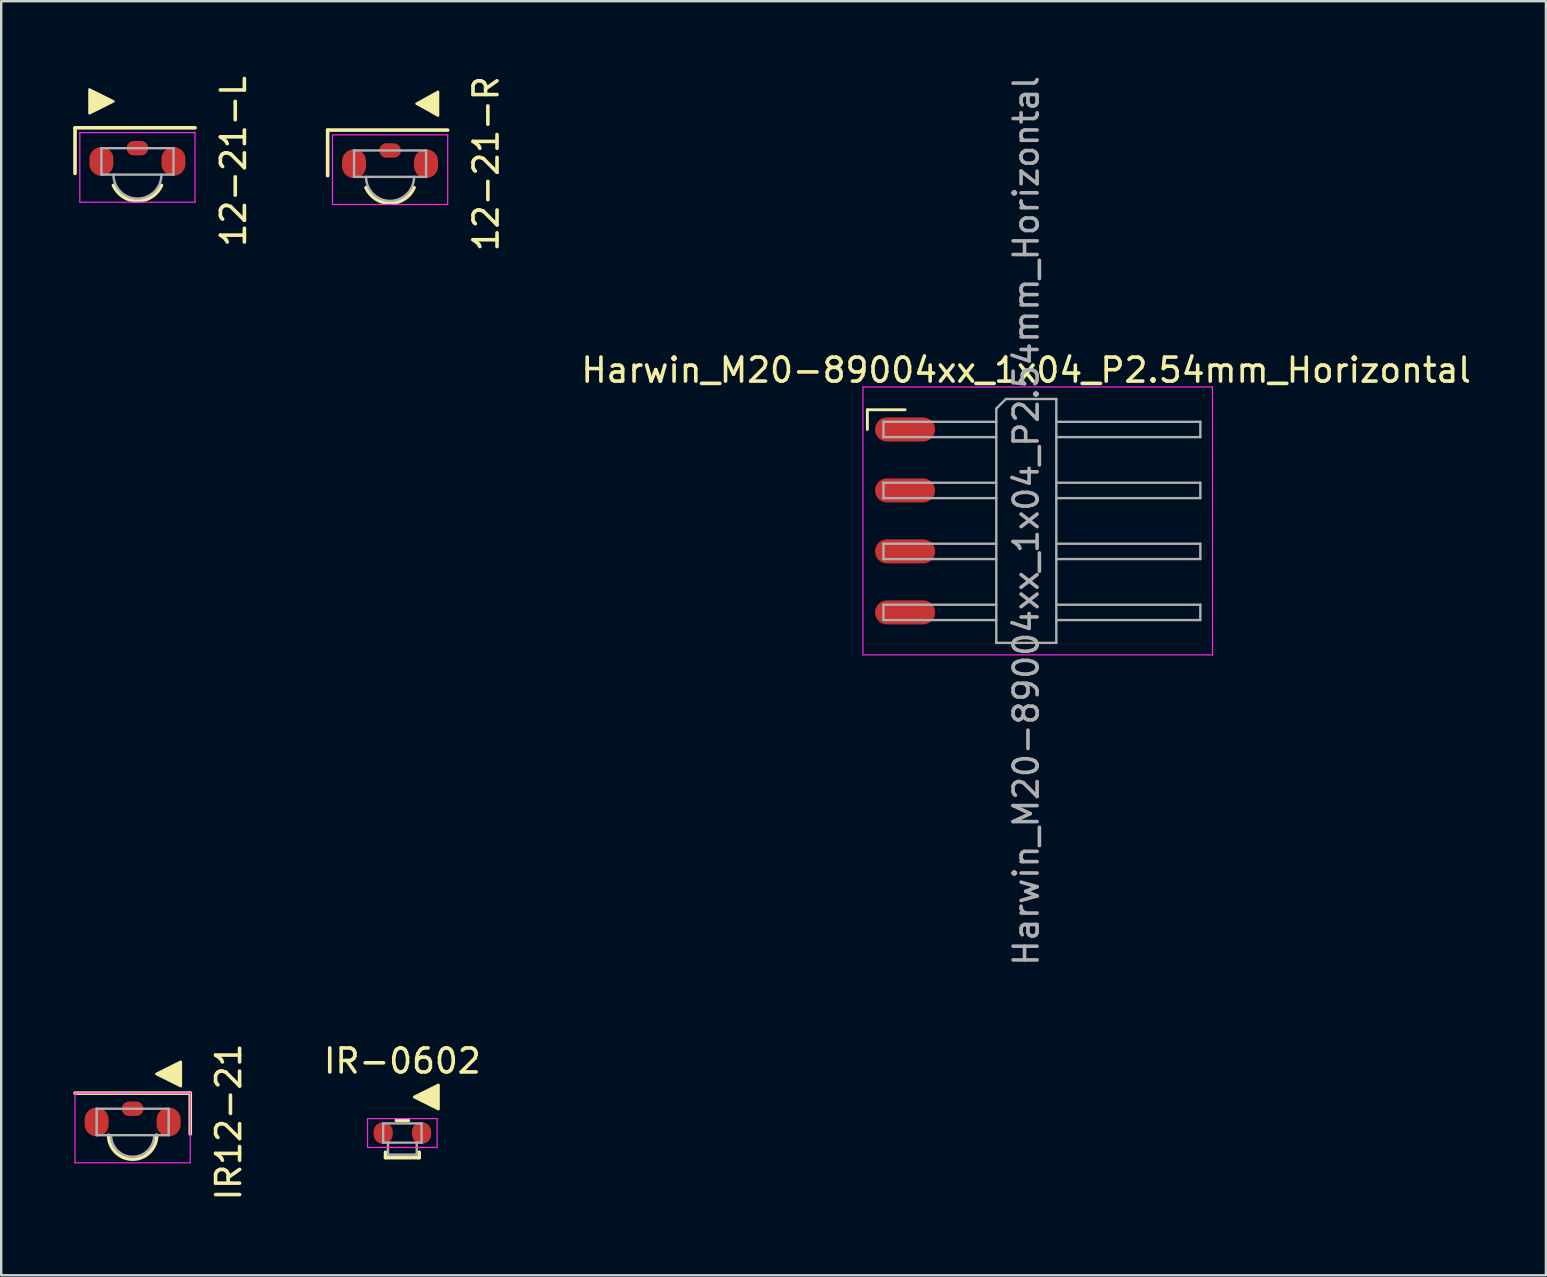
<source format=kicad_pcb>
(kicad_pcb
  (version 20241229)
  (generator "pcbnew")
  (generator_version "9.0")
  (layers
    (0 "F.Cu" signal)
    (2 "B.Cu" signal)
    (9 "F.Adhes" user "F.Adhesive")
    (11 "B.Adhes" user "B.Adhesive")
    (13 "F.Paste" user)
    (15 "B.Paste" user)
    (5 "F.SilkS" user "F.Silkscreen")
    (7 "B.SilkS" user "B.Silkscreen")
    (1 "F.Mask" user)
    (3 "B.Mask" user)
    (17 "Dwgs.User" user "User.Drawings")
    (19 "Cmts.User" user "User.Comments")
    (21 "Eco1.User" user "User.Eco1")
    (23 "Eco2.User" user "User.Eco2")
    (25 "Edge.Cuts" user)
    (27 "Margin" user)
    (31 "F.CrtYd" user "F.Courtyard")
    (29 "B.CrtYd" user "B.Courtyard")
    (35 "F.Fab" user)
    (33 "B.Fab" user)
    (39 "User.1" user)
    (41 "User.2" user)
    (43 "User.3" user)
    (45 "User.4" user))
  (footprint "Harwin_M20-89004xx_1x04_P2.54mm_Horizontal"
    (layer "F.Cu")
    (at 40.175 18.649)
    (property "Reference" "Harwin_M20-89004xx_1x04_P2.54mm_Horizontal" (at -0.48 -6.28 0) (layer "F.SilkS") (effects (font (size 1 1) (thickness 0.15))))
    (attr smd)
    (fp_line (start -7.095 -4.63) (end -5.525 -4.63) (stroke (width 0.12) (type solid)) (layer "F.SilkS"))
    (fp_line (start -7.095 -3.81) (end -7.095 -4.63) (stroke (width 0.12) (type solid)) (layer "F.SilkS"))
    (fp_line (start -7.28 -5.58) (end 7.28 -5.58) (stroke (width 0.05) (type solid)) (layer "F.CrtYd"))
    (fp_line (start -7.28 5.58) (end -7.28 -5.58) (stroke (width 0.05) (type solid)) (layer "F.CrtYd"))
    (fp_line (start 7.28 -5.58) (end 7.28 5.58) (stroke (width 0.05) (type solid)) (layer "F.CrtYd"))
    (fp_line (start 7.28 5.58) (end -7.28 5.58) (stroke (width 0.05) (type solid)) (layer "F.CrtYd"))
    (fp_line (start -6.425 -4.13) (end -6.425 -3.49) (stroke (width 0.1) (type solid)) (layer "F.Fab"))
    (fp_line (start -6.425 -3.49) (end -1.725 -3.49) (stroke (width 0.1) (type solid)) (layer "F.Fab"))
    (fp_line (start -6.425 -1.59) (end -6.425 -0.95) (stroke (width 0.1) (type solid)) (layer "F.Fab"))
    (fp_line (start -6.425 -0.95) (end -1.725 -0.95) (stroke (width 0.1) (type solid)) (layer "F.Fab"))
    (fp_line (start -6.425 0.95) (end -6.425 1.59) (stroke (width 0.1) (type solid)) (layer "F.Fab"))
    (fp_line (start -6.425 1.59) (end -1.725 1.59) (stroke (width 0.1) (type solid)) (layer "F.Fab"))
    (fp_line (start -6.425 3.49) (end -6.425 4.13) (stroke (width 0.1) (type solid)) (layer "F.Fab"))
    (fp_line (start -6.425 4.13) (end -1.725 4.13) (stroke (width 0.1) (type solid)) (layer "F.Fab"))
    (fp_line (start -1.725 -4.68) (end -1.325 -5.08) (stroke (width 0.1) (type solid)) (layer "F.Fab"))
    (fp_line (start -1.725 -4.13) (end -6.425 -4.13) (stroke (width 0.1) (type solid)) (layer "F.Fab"))
    (fp_line (start -1.725 -1.59) (end -6.425 -1.59) (stroke (width 0.1) (type solid)) (layer "F.Fab"))
    (fp_line (start -1.725 0.95) (end -6.425 0.95) (stroke (width 0.1) (type solid)) (layer "F.Fab"))
    (fp_line (start -1.725 3.49) (end -6.425 3.49) (stroke (width 0.1) (type solid)) (layer "F.Fab"))
    (fp_line (start -1.725 5.08) (end -1.725 -4.68) (stroke (width 0.1) (type solid)) (layer "F.Fab"))
    (fp_line (start -1.325 -5.08) (end 0.775 -5.08) (stroke (width 0.1) (type solid)) (layer "F.Fab"))
    (fp_line (start 0.775 -5.08) (end 0.775 5.08) (stroke (width 0.1) (type solid)) (layer "F.Fab"))
    (fp_line (start 0.775 -4.13) (end 6.775 -4.13) (stroke (width 0.1) (type solid)) (layer "F.Fab"))
    (fp_line (start 0.775 -1.59) (end 6.775 -1.59) (stroke (width 0.1) (type solid)) (layer "F.Fab"))
    (fp_line (start 0.775 0.95) (end 6.775 0.95) (stroke (width 0.1) (type solid)) (layer "F.Fab"))
    (fp_line (start 0.775 3.49) (end 6.775 3.49) (stroke (width 0.1) (type solid)) (layer "F.Fab"))
    (fp_line (start 0.775 5.08) (end -1.725 5.08) (stroke (width 0.1) (type solid)) (layer "F.Fab"))
    (fp_line (start 6.775 -4.13) (end 6.775 -3.49) (stroke (width 0.1) (type solid)) (layer "F.Fab"))
    (fp_line (start 6.775 -3.49) (end 0.775 -3.49) (stroke (width 0.1) (type solid)) (layer "F.Fab"))
    (fp_line (start 6.775 -1.59) (end 6.775 -0.95) (stroke (width 0.1) (type solid)) (layer "F.Fab"))
    (fp_line (start 6.775 -0.95) (end 0.775 -0.95) (stroke (width 0.1) (type solid)) (layer "F.Fab"))
    (fp_line (start 6.775 0.95) (end 6.775 1.59) (stroke (width 0.1) (type solid)) (layer "F.Fab"))
    (fp_line (start 6.775 1.59) (end 0.775 1.59) (stroke (width 0.1) (type solid)) (layer "F.Fab"))
    (fp_line (start 6.775 3.49) (end 6.775 4.13) (stroke (width 0.1) (type solid)) (layer "F.Fab"))
    (fp_line (start 6.775 4.13) (end 0.775 4.13) (stroke (width 0.1) (type solid)) (layer "F.Fab"))
    (fp_text user "${REFERENCE}" (at -0.48 0 90) (layer "F.Fab") (effects (font (size 1 1) (thickness 0.15))))
    (pad "1" smd oval (at -5.525 -3.81) (size 2.5 1) (layers "F.Cu" "F.Mask" "F.Paste"))
    (pad "2" smd oval (at -5.525 -1.27) (size 2.5 1) (layers "F.Cu" "F.Mask" "F.Paste"))
    (pad "3" smd oval (at -5.525 1.27) (size 2.5 1) (layers "F.Cu" "F.Mask" "F.Paste"))
    (pad "4" smd oval (at -5.525 3.81) (size 2.5 1) (layers "F.Cu" "F.Mask" "F.Paste")))
  (footprint "IR-0602"
    (layer "F.Cu")
    (at 13.71 44.146)
    (property "Reference" "IR-0602" (at 0 -3 180) (layer "F.SilkS") (effects (font (size 1 1) (thickness 0.15))))
    (attr smd)
    (fp_line (start -0.7 1.025) (end -0.7 0.8) (stroke (width 0.15) (type solid)) (layer "F.SilkS"))
    (fp_line (start -0.7 1.025) (end 0.7 1.025) (stroke (width 0.15) (type solid)) (layer "F.SilkS"))
    (fp_line (start -0.25 -0.525) (end 0.25 -0.525) (stroke (width 0.15) (type solid)) (layer "F.SilkS"))
    (fp_line (start 0.7 1.025) (end 0.7 0.8) (stroke (width 0.15) (type solid)) (layer "F.SilkS"))
    (fp_poly (pts (xy 1.5 -1) (xy 0.5 -1.5) (xy 1.5 -2)) (stroke (width 0.12) (type solid)) (fill yes) (layer "F.SilkS"))
    (fp_line (start -1.45 -0.6) (end 1.45 -0.6) (stroke (width 0.05) (type solid)) (layer "F.CrtYd"))
    (fp_line (start -1.45 0.6) (end -1.45 -0.6) (stroke (width 0.05) (type solid)) (layer "F.CrtYd"))
    (fp_line (start 1.45 -0.6) (end 1.45 0.6) (stroke (width 0.05) (type solid)) (layer "F.CrtYd"))
    (fp_line (start 1.45 0.6) (end -1.45 0.6) (stroke (width 0.05) (type solid)) (layer "F.CrtYd"))
    (fp_line (start -0.8 -0.4) (end 0.8 -0.4) (stroke (width 0.1) (type solid)) (layer "F.Fab"))
    (fp_line (start -0.8 0.4) (end -0.8 -0.4) (stroke (width 0.1) (type solid)) (layer "F.Fab"))
    (fp_line (start -0.6 0.9) (end -0.6 0.4) (stroke (width 0.1) (type solid)) (layer "F.Fab"))
    (fp_line (start 0.6 0.4) (end 0.6 0.9) (stroke (width 0.1) (type solid)) (layer "F.Fab"))
    (fp_line (start 0.6 0.9) (end -0.6 0.9) (stroke (width 0.1) (type solid)) (layer "F.Fab"))
    (fp_line (start 0.8 -0.4) (end 0.8 0.4) (stroke (width 0.1) (type solid)) (layer "F.Fab"))
    (fp_line (start 0.8 0.4) (end -0.8 0.4) (stroke (width 0.1) (type solid)) (layer "F.Fab"))
    (pad "1" smd oval (at -0.8 0) (size 0.8 0.9) (layers "F.Cu" "F.Mask" "F.Paste"))
    (pad "2" smd oval (at 0.8 0) (size 0.8 0.9) (layers "F.Cu" "F.Mask" "F.Paste")))
  (footprint "12-21-R"
    (layer "F.Cu")
    (at 13.198 3.768)
    (property "Reference" "12-21-R" (at 4 0 90) (layer "F.SilkS") (effects (font (size 1 1) (thickness 0.15))))
    (attr smd)
    (fp_line (start -2.6 -1.4) (end -2.6 0.5) (stroke (width 0.15) (type solid)) (layer "F.SilkS"))
    (fp_line (start 2.4 -1.4) (end -2.6 -1.4) (stroke (width 0.15) (type solid)) (layer "F.SilkS"))
    (fp_arc (start 0.999999 1) (mid 0 1.646309) (end -0.999999 1) (stroke (width 0.15) (type solid)) (layer "F.SilkS"))
    (fp_poly (pts (xy 2 -2) (xy 1.1 -2.5) (xy 2 -3)) (stroke (width 0.1) (type solid)) (fill yes) (layer "F.SilkS"))
    (fp_line (start -2.4 -1.2) (end 2.4 -1.2) (stroke (width 0.05) (type solid)) (layer "F.CrtYd"))
    (fp_line (start -2.4 1.7) (end -2.4 -1.2) (stroke (width 0.05) (type solid)) (layer "F.CrtYd"))
    (fp_line (start 2.4 -1.2) (end 2.4 1.7) (stroke (width 0.05) (type solid)) (layer "F.CrtYd"))
    (fp_line (start 2.4 1.7) (end -2.4 1.7) (stroke (width 0.05) (type solid)) (layer "F.CrtYd"))
    (fp_line (start -1.5 -0.55) (end -1.5 0.55) (stroke (width 0.1) (type solid)) (layer "F.Fab"))
    (fp_line (start -1.5 0.55) (end 1.5 0.55) (stroke (width 0.1) (type solid)) (layer "F.Fab"))
    (fp_line (start 1.5 -0.55) (end -1.5 -0.55) (stroke (width 0.1) (type solid)) (layer "F.Fab"))
    (fp_line (start 1.5 0.55) (end 1.5 -0.55) (stroke (width 0.1) (type solid)) (layer "F.Fab"))
    (fp_arc (start 1 0.55) (mid 0 1.55) (end -1 0.55) (stroke (width 0.1) (type solid)) (layer "F.Fab"))
    (pad "1" smd oval (at -1.5 0) (size 1 1.2) (layers "F.Cu" "F.Mask" "F.Paste"))
    (pad "2" smd oval (at 1.5 0) (size 1 1.2) (layers "F.Cu" "F.Mask" "F.Paste"))
    (pad "3" smd oval (at 0 -0.55) (size 0.9 0.6) (layers "F.Cu" "F.Mask" "F.Paste")))
  (footprint "IR12-21"
    (layer "F.Cu")
    (at 2.475 43.685)
    (property "Reference" "IR12-21" (at 4 0 90) (layer "F.SilkS") (effects (font (size 1 1) (thickness 0.15))))
    (attr smd)
    (fp_line (start -2.4 -1.2) (end 2.4 -1.2) (stroke (width 0.15) (type solid)) (layer "F.SilkS"))
    (fp_line (start 2.4 -1.2) (end 2.4 0.5) (stroke (width 0.15) (type solid)) (layer "F.SilkS"))
    (fp_arc (start 1 0.55) (mid 0 1.55) (end -1 0.55) (stroke (width 0.15) (type solid)) (layer "F.SilkS"))
    (fp_poly (pts (xy 2 -1.5) (xy 1 -2) (xy 2 -2.5)) (stroke (width 0.12) (type solid)) (fill yes) (layer "F.SilkS"))
    (fp_line (start -2.4 -1.2) (end 2.4 -1.2) (stroke (width 0.05) (type solid)) (layer "F.CrtYd"))
    (fp_line (start -2.4 1.7) (end -2.4 -1.2) (stroke (width 0.05) (type solid)) (layer "F.CrtYd"))
    (fp_line (start 2.4 -1.2) (end 2.4 1.7) (stroke (width 0.05) (type solid)) (layer "F.CrtYd"))
    (fp_line (start 2.4 1.7) (end -2.4 1.7) (stroke (width 0.05) (type solid)) (layer "F.CrtYd"))
    (fp_line (start -1.5 -0.55) (end -1.5 0.55) (stroke (width 0.1) (type solid)) (layer "F.Fab"))
    (fp_line (start -1.5 0.55) (end 1.5 0.55) (stroke (width 0.1) (type solid)) (layer "F.Fab"))
    (fp_line (start 1.5 -0.55) (end -1.5 -0.55) (stroke (width 0.1) (type solid)) (layer "F.Fab"))
    (fp_line (start 1.5 0.55) (end 1.5 -0.55) (stroke (width 0.1) (type solid)) (layer "F.Fab"))
    (fp_arc (start 0.9 0.55) (mid 0 1.45) (end -0.9 0.55) (stroke (width 0.1) (type solid)) (layer "F.Fab"))
    (pad "1" smd oval (at -1.5 0) (size 1 1.2) (layers "F.Cu" "F.Mask" "F.Paste"))
    (pad "2" smd oval (at 1.5 0) (size 1 1.2) (layers "F.Cu" "F.Mask" "F.Paste"))
    (pad "3" smd oval (at 0 -0.55) (size 0.9 0.6) (layers "F.Cu" "F.Mask" "F.Paste")))
  (footprint "12-21-L"
    (layer "F.Cu")
    (at 2.675 3.673)
    (property "Reference" "12-21-L" (at 4 0 90) (layer "F.SilkS") (effects (font (size 1 1) (thickness 0.15))))
    (attr smd)
    (fp_line (start -2.6 -1.4) (end -2.6 0.5) (stroke (width 0.15) (type solid)) (layer "F.SilkS"))
    (fp_line (start 2.4 -1.4) (end -2.6 -1.4) (stroke (width 0.15) (type solid)) (layer "F.SilkS"))
    (fp_arc (start 0.999999 1) (mid 0 1.646309) (end -0.999999 1) (stroke (width 0.15) (type solid)) (layer "F.SilkS"))
    (fp_poly (pts (xy -1 -2.5) (xy -2 -2) (xy -2 -3)) (stroke (width 0.1) (type solid)) (fill yes) (layer "F.SilkS"))
    (fp_line (start -2.4 -1.2) (end 2.4 -1.2) (stroke (width 0.05) (type solid)) (layer "F.CrtYd"))
    (fp_line (start -2.4 1.7) (end -2.4 -1.2) (stroke (width 0.05) (type solid)) (layer "F.CrtYd"))
    (fp_line (start 2.4 -1.2) (end 2.4 1.7) (stroke (width 0.05) (type solid)) (layer "F.CrtYd"))
    (fp_line (start 2.4 1.7) (end -2.4 1.7) (stroke (width 0.05) (type solid)) (layer "F.CrtYd"))
    (fp_line (start -1.5 -0.55) (end -1.5 0.55) (stroke (width 0.1) (type solid)) (layer "F.Fab"))
    (fp_line (start -1.5 0.55) (end 1.5 0.55) (stroke (width 0.1) (type solid)) (layer "F.Fab"))
    (fp_line (start 1.5 -0.55) (end -1.5 -0.55) (stroke (width 0.1) (type solid)) (layer "F.Fab"))
    (fp_line (start 1.5 0.55) (end 1.5 -0.55) (stroke (width 0.1) (type solid)) (layer "F.Fab"))
    (fp_arc (start 1 0.55) (mid 0 1.55) (end -1 0.55) (stroke (width 0.1) (type solid)) (layer "F.Fab"))
    (pad "1" smd oval (at 1.5 0) (size 1 1.2) (layers "F.Cu" "F.Mask" "F.Paste"))
    (pad "2" smd oval (at -1.5 0) (size 1 1.2) (layers "F.Cu" "F.Mask" "F.Paste"))
    (pad "3" smd oval (at 0 -0.55) (size 0.9 0.6) (layers "F.Cu" "F.Mask" "F.Paste")))
  (gr_rect
    (start -3 -3)
    (end 61.344 50.071)
    (stroke (width 0.1) (type default))
    (fill no)
    (layer "Edge.Cuts")))
</source>
